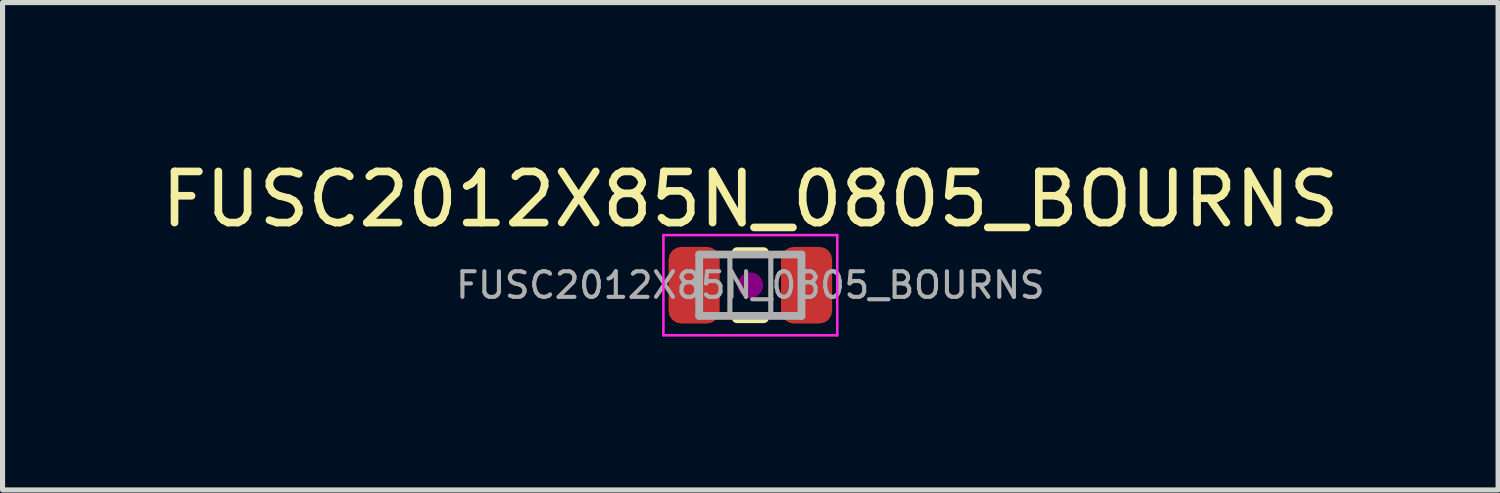
<source format=kicad_pcb>
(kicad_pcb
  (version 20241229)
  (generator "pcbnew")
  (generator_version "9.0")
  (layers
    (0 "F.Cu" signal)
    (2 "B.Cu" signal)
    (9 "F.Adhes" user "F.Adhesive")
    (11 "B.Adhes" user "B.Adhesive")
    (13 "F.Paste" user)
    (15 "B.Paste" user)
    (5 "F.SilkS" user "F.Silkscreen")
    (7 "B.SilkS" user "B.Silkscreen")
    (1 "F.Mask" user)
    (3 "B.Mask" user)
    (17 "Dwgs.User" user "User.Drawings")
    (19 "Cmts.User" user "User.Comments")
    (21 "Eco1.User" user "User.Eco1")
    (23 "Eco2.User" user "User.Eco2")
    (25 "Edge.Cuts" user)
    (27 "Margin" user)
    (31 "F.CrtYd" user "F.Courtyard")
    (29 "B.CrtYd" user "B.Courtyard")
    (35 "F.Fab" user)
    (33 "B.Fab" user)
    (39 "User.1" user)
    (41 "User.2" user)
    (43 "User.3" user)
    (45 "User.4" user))
  (footprint "FUSC2012X85N_0805_BOURNS"
    (layer "F.Cu")
    (at 11.625 2.528)
    (property "Reference" "FUSC2012X85N_0805_BOURNS" (at 0 -1.68 0) (layer "F.SilkS") (effects (font (size 1 1) (thickness 0.15))))
    (attr smd)
    (fp_line (start -0.261 -0.64) (end 0.261 -0.64) (stroke (width 0.203) (type solid)) (layer "F.SilkS"))
    (fp_line (start -0.261 0.64) (end 0.261 0.64) (stroke (width 0.203) (type solid)) (layer "F.SilkS"))
    (fp_circle (center 0 0) (end 0.25 0) (stroke (width 0) (type solid)) (fill yes) (layer "F.Adhes"))
    (fp_line (start -1.7 -0.98) (end 1.7 -0.98) (stroke (width 0.05) (type solid)) (layer "F.CrtYd"))
    (fp_line (start -1.7 0.98) (end -1.7 -0.98) (stroke (width 0.05) (type solid)) (layer "F.CrtYd"))
    (fp_line (start 1.7 -0.98) (end 1.7 0.98) (stroke (width 0.05) (type solid)) (layer "F.CrtYd"))
    (fp_line (start 1.7 0.98) (end -1.7 0.98) (stroke (width 0.05) (type solid)) (layer "F.CrtYd"))
    (fp_line (start -1 -0.6) (end 1 -0.6) (stroke (width 0.152) (type solid)) (layer "F.Fab"))
    (fp_line (start -1 0.6) (end -1 -0.6) (stroke (width 0.152) (type solid)) (layer "F.Fab"))
    (fp_line (start 1 -0.6) (end 1 0.6) (stroke (width 0.152) (type solid)) (layer "F.Fab"))
    (fp_line (start 1 0.6) (end -1 0.6) (stroke (width 0.152) (type solid)) (layer "F.Fab"))
    (fp_rect (start -1 -0.6) (end -0.4 0.6) (stroke (width 0.1) (type solid)) (fill no) (layer "F.Fab"))
    (fp_rect (start 0.4 -0.6) (end 1 0.6) (stroke (width 0.1) (type solid)) (fill no) (layer "F.Fab"))
    (fp_text user "${REFERENCE}" (at 0 0 0) (layer "F.Fab") (effects (font (size 0.5 0.5) (thickness 0.08))))
    (pad "1" smd roundrect (at -1.1 0) (size 1 1.5) (layers "F.Cu" "F.Mask" "F.Paste") (roundrect_rratio 0.25))
    (pad "2" smd roundrect (at 1.1 0) (size 1 1.5) (layers "F.Cu" "F.Mask" "F.Paste") (roundrect_rratio 0.25)))
  (gr_rect
    (start -3 -3)
    (end 26.25 6.533)
    (stroke (width 0.1) (type default))
    (fill no)
    (layer "Edge.Cuts")))
</source>
